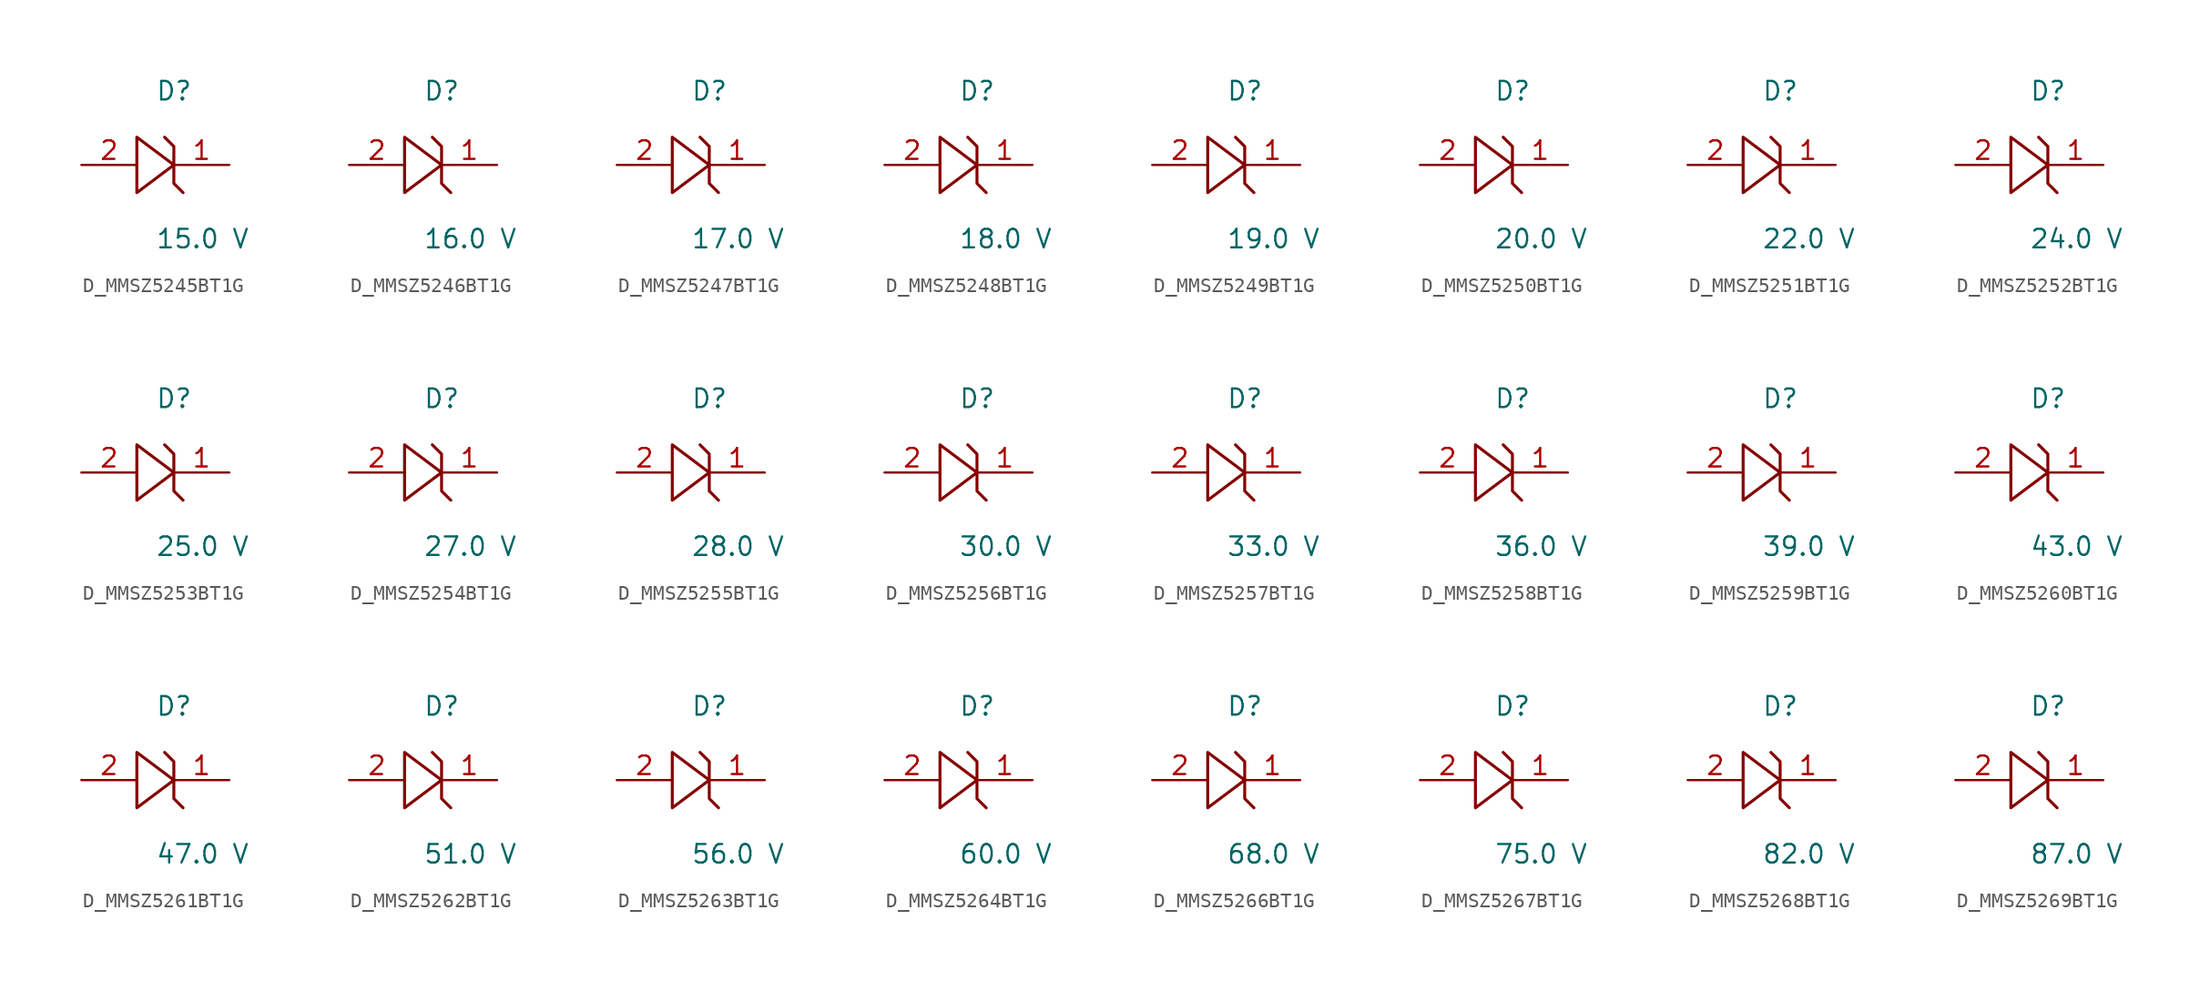
<source format=kicad_sym>
(kicad_symbol_lib
  (version 20231120)
  (generator kicad_symbol_editor)
  (generator_version 8.0)
  (symbol "D_MMSZ5245BT1G"
    (pin_names
      (offset 0.254))
    (property "Reference" "D"
      (at 0 5.08 0)
      (effects (font (size 1.27 1.27)) (justify left)))
    (property "Value" "15.0 V"
      (at 0 -5.08 0)
      (effects (font (size 1.27 1.27)) (justify left)))
    (symbol "D_MMSZ5245BT1G_1_0"
      (polyline (pts (xy 0.635 1.905) (xy 1.27 1.27) (xy 1.27 0) (xy -1.27 1.905) (xy -1.27 -1.905) (xy 1.27 0) (xy 1.27 -1.27) (xy 1.905 -1.905)) (stroke (width 0.203) (type default)) (fill (type none)))
      (pin unspecified line (at 5.08 0 180) (length 3.81) (name "" (effects (font (size 1.27 1.27)))) (number "1" (effects (font (size 1.27 1.27)))))
      (pin unspecified line (at -5.08 0 0) (length 3.81) (name "" (effects (font (size 1.27 1.27)))) (number "2" (effects (font (size 1.27 1.27)))))))
  (symbol "D_MMSZ5246BT1G"
    (pin_names
      (offset 0.254))
    (property "Reference" "D"
      (at 0 5.08 0)
      (effects (font (size 1.27 1.27)) (justify left)))
    (property "Value" "16.0 V"
      (at 0 -5.08 0)
      (effects (font (size 1.27 1.27)) (justify left)))
    (symbol "D_MMSZ5246BT1G_1_0"
      (polyline (pts (xy 0.635 1.905) (xy 1.27 1.27) (xy 1.27 0) (xy -1.27 1.905) (xy -1.27 -1.905) (xy 1.27 0) (xy 1.27 -1.27) (xy 1.905 -1.905)) (stroke (width 0.203) (type default)) (fill (type none)))
      (pin unspecified line (at 5.08 0 180) (length 3.81) (name "" (effects (font (size 1.27 1.27)))) (number "1" (effects (font (size 1.27 1.27)))))
      (pin unspecified line (at -5.08 0 0) (length 3.81) (name "" (effects (font (size 1.27 1.27)))) (number "2" (effects (font (size 1.27 1.27)))))))
  (symbol "D_MMSZ5247BT1G"
    (pin_names
      (offset 0.254))
    (property "Reference" "D"
      (at 0 5.08 0)
      (effects (font (size 1.27 1.27)) (justify left)))
    (property "Value" "17.0 V"
      (at 0 -5.08 0)
      (effects (font (size 1.27 1.27)) (justify left)))
    (symbol "D_MMSZ5247BT1G_1_0"
      (polyline (pts (xy 0.635 1.905) (xy 1.27 1.27) (xy 1.27 0) (xy -1.27 1.905) (xy -1.27 -1.905) (xy 1.27 0) (xy 1.27 -1.27) (xy 1.905 -1.905)) (stroke (width 0.203) (type default)) (fill (type none)))
      (pin unspecified line (at 5.08 0 180) (length 3.81) (name "" (effects (font (size 1.27 1.27)))) (number "1" (effects (font (size 1.27 1.27)))))
      (pin unspecified line (at -5.08 0 0) (length 3.81) (name "" (effects (font (size 1.27 1.27)))) (number "2" (effects (font (size 1.27 1.27)))))))
  (symbol "D_MMSZ5248BT1G"
    (pin_names
      (offset 0.254))
    (property "Reference" "D"
      (at 0 5.08 0)
      (effects (font (size 1.27 1.27)) (justify left)))
    (property "Value" "18.0 V"
      (at 0 -5.08 0)
      (effects (font (size 1.27 1.27)) (justify left)))
    (symbol "D_MMSZ5248BT1G_1_0"
      (polyline (pts (xy 0.635 1.905) (xy 1.27 1.27) (xy 1.27 0) (xy -1.27 1.905) (xy -1.27 -1.905) (xy 1.27 0) (xy 1.27 -1.27) (xy 1.905 -1.905)) (stroke (width 0.203) (type default)) (fill (type none)))
      (pin unspecified line (at 5.08 0 180) (length 3.81) (name "" (effects (font (size 1.27 1.27)))) (number "1" (effects (font (size 1.27 1.27)))))
      (pin unspecified line (at -5.08 0 0) (length 3.81) (name "" (effects (font (size 1.27 1.27)))) (number "2" (effects (font (size 1.27 1.27)))))))
  (symbol "D_MMSZ5249BT1G"
    (pin_names
      (offset 0.254))
    (property "Reference" "D"
      (at 0 5.08 0)
      (effects (font (size 1.27 1.27)) (justify left)))
    (property "Value" "19.0 V"
      (at 0 -5.08 0)
      (effects (font (size 1.27 1.27)) (justify left)))
    (symbol "D_MMSZ5249BT1G_1_0"
      (polyline (pts (xy 0.635 1.905) (xy 1.27 1.27) (xy 1.27 0) (xy -1.27 1.905) (xy -1.27 -1.905) (xy 1.27 0) (xy 1.27 -1.27) (xy 1.905 -1.905)) (stroke (width 0.203) (type default)) (fill (type none)))
      (pin unspecified line (at 5.08 0 180) (length 3.81) (name "" (effects (font (size 1.27 1.27)))) (number "1" (effects (font (size 1.27 1.27)))))
      (pin unspecified line (at -5.08 0 0) (length 3.81) (name "" (effects (font (size 1.27 1.27)))) (number "2" (effects (font (size 1.27 1.27)))))))
  (symbol "D_MMSZ5250BT1G"
    (pin_names
      (offset 0.254))
    (property "Reference" "D"
      (at 0 5.08 0)
      (effects (font (size 1.27 1.27)) (justify left)))
    (property "Value" "20.0 V"
      (at 0 -5.08 0)
      (effects (font (size 1.27 1.27)) (justify left)))
    (symbol "D_MMSZ5250BT1G_1_0"
      (polyline (pts (xy 0.635 1.905) (xy 1.27 1.27) (xy 1.27 0) (xy -1.27 1.905) (xy -1.27 -1.905) (xy 1.27 0) (xy 1.27 -1.27) (xy 1.905 -1.905)) (stroke (width 0.203) (type default)) (fill (type none)))
      (pin unspecified line (at 5.08 0 180) (length 3.81) (name "" (effects (font (size 1.27 1.27)))) (number "1" (effects (font (size 1.27 1.27)))))
      (pin unspecified line (at -5.08 0 0) (length 3.81) (name "" (effects (font (size 1.27 1.27)))) (number "2" (effects (font (size 1.27 1.27)))))))
  (symbol "D_MMSZ5251BT1G"
    (pin_names
      (offset 0.254))
    (property "Reference" "D"
      (at 0 5.08 0)
      (effects (font (size 1.27 1.27)) (justify left)))
    (property "Value" "22.0 V"
      (at 0 -5.08 0)
      (effects (font (size 1.27 1.27)) (justify left)))
    (symbol "D_MMSZ5251BT1G_1_0"
      (polyline (pts (xy 0.635 1.905) (xy 1.27 1.27) (xy 1.27 0) (xy -1.27 1.905) (xy -1.27 -1.905) (xy 1.27 0) (xy 1.27 -1.27) (xy 1.905 -1.905)) (stroke (width 0.203) (type default)) (fill (type none)))
      (pin unspecified line (at 5.08 0 180) (length 3.81) (name "" (effects (font (size 1.27 1.27)))) (number "1" (effects (font (size 1.27 1.27)))))
      (pin unspecified line (at -5.08 0 0) (length 3.81) (name "" (effects (font (size 1.27 1.27)))) (number "2" (effects (font (size 1.27 1.27)))))))
  (symbol "D_MMSZ5252BT1G"
    (pin_names
      (offset 0.254))
    (property "Reference" "D"
      (at 0 5.08 0)
      (effects (font (size 1.27 1.27)) (justify left)))
    (property "Value" "24.0 V"
      (at 0 -5.08 0)
      (effects (font (size 1.27 1.27)) (justify left)))
    (symbol "D_MMSZ5252BT1G_1_0"
      (polyline (pts (xy 0.635 1.905) (xy 1.27 1.27) (xy 1.27 0) (xy -1.27 1.905) (xy -1.27 -1.905) (xy 1.27 0) (xy 1.27 -1.27) (xy 1.905 -1.905)) (stroke (width 0.203) (type default)) (fill (type none)))
      (pin unspecified line (at 5.08 0 180) (length 3.81) (name "" (effects (font (size 1.27 1.27)))) (number "1" (effects (font (size 1.27 1.27)))))
      (pin unspecified line (at -5.08 0 0) (length 3.81) (name "" (effects (font (size 1.27 1.27)))) (number "2" (effects (font (size 1.27 1.27)))))))
  (symbol "D_MMSZ5253BT1G"
    (pin_names
      (offset 0.254))
    (property "Reference" "D"
      (at 0 5.08 0)
      (effects (font (size 1.27 1.27)) (justify left)))
    (property "Value" "25.0 V"
      (at 0 -5.08 0)
      (effects (font (size 1.27 1.27)) (justify left)))
    (symbol "D_MMSZ5253BT1G_1_0"
      (polyline (pts (xy 0.635 1.905) (xy 1.27 1.27) (xy 1.27 0) (xy -1.27 1.905) (xy -1.27 -1.905) (xy 1.27 0) (xy 1.27 -1.27) (xy 1.905 -1.905)) (stroke (width 0.203) (type default)) (fill (type none)))
      (pin unspecified line (at 5.08 0 180) (length 3.81) (name "" (effects (font (size 1.27 1.27)))) (number "1" (effects (font (size 1.27 1.27)))))
      (pin unspecified line (at -5.08 0 0) (length 3.81) (name "" (effects (font (size 1.27 1.27)))) (number "2" (effects (font (size 1.27 1.27)))))))
  (symbol "D_MMSZ5254BT1G"
    (pin_names
      (offset 0.254))
    (property "Reference" "D"
      (at 0 5.08 0)
      (effects (font (size 1.27 1.27)) (justify left)))
    (property "Value" "27.0 V"
      (at 0 -5.08 0)
      (effects (font (size 1.27 1.27)) (justify left)))
    (symbol "D_MMSZ5254BT1G_1_0"
      (polyline (pts (xy 0.635 1.905) (xy 1.27 1.27) (xy 1.27 0) (xy -1.27 1.905) (xy -1.27 -1.905) (xy 1.27 0) (xy 1.27 -1.27) (xy 1.905 -1.905)) (stroke (width 0.203) (type default)) (fill (type none)))
      (pin unspecified line (at 5.08 0 180) (length 3.81) (name "" (effects (font (size 1.27 1.27)))) (number "1" (effects (font (size 1.27 1.27)))))
      (pin unspecified line (at -5.08 0 0) (length 3.81) (name "" (effects (font (size 1.27 1.27)))) (number "2" (effects (font (size 1.27 1.27)))))))
  (symbol "D_MMSZ5255BT1G"
    (pin_names
      (offset 0.254))
    (property "Reference" "D"
      (at 0 5.08 0)
      (effects (font (size 1.27 1.27)) (justify left)))
    (property "Value" "28.0 V"
      (at 0 -5.08 0)
      (effects (font (size 1.27 1.27)) (justify left)))
    (symbol "D_MMSZ5255BT1G_1_0"
      (polyline (pts (xy 0.635 1.905) (xy 1.27 1.27) (xy 1.27 0) (xy -1.27 1.905) (xy -1.27 -1.905) (xy 1.27 0) (xy 1.27 -1.27) (xy 1.905 -1.905)) (stroke (width 0.203) (type default)) (fill (type none)))
      (pin unspecified line (at 5.08 0 180) (length 3.81) (name "" (effects (font (size 1.27 1.27)))) (number "1" (effects (font (size 1.27 1.27)))))
      (pin unspecified line (at -5.08 0 0) (length 3.81) (name "" (effects (font (size 1.27 1.27)))) (number "2" (effects (font (size 1.27 1.27)))))))
  (symbol "D_MMSZ5256BT1G"
    (pin_names
      (offset 0.254))
    (property "Reference" "D"
      (at 0 5.08 0)
      (effects (font (size 1.27 1.27)) (justify left)))
    (property "Value" "30.0 V"
      (at 0 -5.08 0)
      (effects (font (size 1.27 1.27)) (justify left)))
    (symbol "D_MMSZ5256BT1G_1_0"
      (polyline (pts (xy 0.635 1.905) (xy 1.27 1.27) (xy 1.27 0) (xy -1.27 1.905) (xy -1.27 -1.905) (xy 1.27 0) (xy 1.27 -1.27) (xy 1.905 -1.905)) (stroke (width 0.203) (type default)) (fill (type none)))
      (pin unspecified line (at 5.08 0 180) (length 3.81) (name "" (effects (font (size 1.27 1.27)))) (number "1" (effects (font (size 1.27 1.27)))))
      (pin unspecified line (at -5.08 0 0) (length 3.81) (name "" (effects (font (size 1.27 1.27)))) (number "2" (effects (font (size 1.27 1.27)))))))
  (symbol "D_MMSZ5257BT1G"
    (pin_names
      (offset 0.254))
    (property "Reference" "D"
      (at 0 5.08 0)
      (effects (font (size 1.27 1.27)) (justify left)))
    (property "Value" "33.0 V"
      (at 0 -5.08 0)
      (effects (font (size 1.27 1.27)) (justify left)))
    (symbol "D_MMSZ5257BT1G_1_0"
      (polyline (pts (xy 0.635 1.905) (xy 1.27 1.27) (xy 1.27 0) (xy -1.27 1.905) (xy -1.27 -1.905) (xy 1.27 0) (xy 1.27 -1.27) (xy 1.905 -1.905)) (stroke (width 0.203) (type default)) (fill (type none)))
      (pin unspecified line (at 5.08 0 180) (length 3.81) (name "" (effects (font (size 1.27 1.27)))) (number "1" (effects (font (size 1.27 1.27)))))
      (pin unspecified line (at -5.08 0 0) (length 3.81) (name "" (effects (font (size 1.27 1.27)))) (number "2" (effects (font (size 1.27 1.27)))))))
  (symbol "D_MMSZ5258BT1G"
    (pin_names
      (offset 0.254))
    (property "Reference" "D"
      (at 0 5.08 0)
      (effects (font (size 1.27 1.27)) (justify left)))
    (property "Value" "36.0 V"
      (at 0 -5.08 0)
      (effects (font (size 1.27 1.27)) (justify left)))
    (symbol "D_MMSZ5258BT1G_1_0"
      (polyline (pts (xy 0.635 1.905) (xy 1.27 1.27) (xy 1.27 0) (xy -1.27 1.905) (xy -1.27 -1.905) (xy 1.27 0) (xy 1.27 -1.27) (xy 1.905 -1.905)) (stroke (width 0.203) (type default)) (fill (type none)))
      (pin unspecified line (at 5.08 0 180) (length 3.81) (name "" (effects (font (size 1.27 1.27)))) (number "1" (effects (font (size 1.27 1.27)))))
      (pin unspecified line (at -5.08 0 0) (length 3.81) (name "" (effects (font (size 1.27 1.27)))) (number "2" (effects (font (size 1.27 1.27)))))))
  (symbol "D_MMSZ5259BT1G"
    (pin_names
      (offset 0.254))
    (property "Reference" "D"
      (at 0 5.08 0)
      (effects (font (size 1.27 1.27)) (justify left)))
    (property "Value" "39.0 V"
      (at 0 -5.08 0)
      (effects (font (size 1.27 1.27)) (justify left)))
    (symbol "D_MMSZ5259BT1G_1_0"
      (polyline (pts (xy 0.635 1.905) (xy 1.27 1.27) (xy 1.27 0) (xy -1.27 1.905) (xy -1.27 -1.905) (xy 1.27 0) (xy 1.27 -1.27) (xy 1.905 -1.905)) (stroke (width 0.203) (type default)) (fill (type none)))
      (pin unspecified line (at 5.08 0 180) (length 3.81) (name "" (effects (font (size 1.27 1.27)))) (number "1" (effects (font (size 1.27 1.27)))))
      (pin unspecified line (at -5.08 0 0) (length 3.81) (name "" (effects (font (size 1.27 1.27)))) (number "2" (effects (font (size 1.27 1.27)))))))
  (symbol "D_MMSZ5260BT1G"
    (pin_names
      (offset 0.254))
    (property "Reference" "D"
      (at 0 5.08 0)
      (effects (font (size 1.27 1.27)) (justify left)))
    (property "Value" "43.0 V"
      (at 0 -5.08 0)
      (effects (font (size 1.27 1.27)) (justify left)))
    (symbol "D_MMSZ5260BT1G_1_0"
      (polyline (pts (xy 0.635 1.905) (xy 1.27 1.27) (xy 1.27 0) (xy -1.27 1.905) (xy -1.27 -1.905) (xy 1.27 0) (xy 1.27 -1.27) (xy 1.905 -1.905)) (stroke (width 0.203) (type default)) (fill (type none)))
      (pin unspecified line (at 5.08 0 180) (length 3.81) (name "" (effects (font (size 1.27 1.27)))) (number "1" (effects (font (size 1.27 1.27)))))
      (pin unspecified line (at -5.08 0 0) (length 3.81) (name "" (effects (font (size 1.27 1.27)))) (number "2" (effects (font (size 1.27 1.27)))))))
  (symbol "D_MMSZ5261BT1G"
    (pin_names
      (offset 0.254))
    (property "Reference" "D"
      (at 0 5.08 0)
      (effects (font (size 1.27 1.27)) (justify left)))
    (property "Value" "47.0 V"
      (at 0 -5.08 0)
      (effects (font (size 1.27 1.27)) (justify left)))
    (symbol "D_MMSZ5261BT1G_1_0"
      (polyline (pts (xy 0.635 1.905) (xy 1.27 1.27) (xy 1.27 0) (xy -1.27 1.905) (xy -1.27 -1.905) (xy 1.27 0) (xy 1.27 -1.27) (xy 1.905 -1.905)) (stroke (width 0.203) (type default)) (fill (type none)))
      (pin unspecified line (at 5.08 0 180) (length 3.81) (name "" (effects (font (size 1.27 1.27)))) (number "1" (effects (font (size 1.27 1.27)))))
      (pin unspecified line (at -5.08 0 0) (length 3.81) (name "" (effects (font (size 1.27 1.27)))) (number "2" (effects (font (size 1.27 1.27)))))))
  (symbol "D_MMSZ5262BT1G"
    (pin_names
      (offset 0.254))
    (property "Reference" "D"
      (at 0 5.08 0)
      (effects (font (size 1.27 1.27)) (justify left)))
    (property "Value" "51.0 V"
      (at 0 -5.08 0)
      (effects (font (size 1.27 1.27)) (justify left)))
    (symbol "D_MMSZ5262BT1G_1_0"
      (polyline (pts (xy 0.635 1.905) (xy 1.27 1.27) (xy 1.27 0) (xy -1.27 1.905) (xy -1.27 -1.905) (xy 1.27 0) (xy 1.27 -1.27) (xy 1.905 -1.905)) (stroke (width 0.203) (type default)) (fill (type none)))
      (pin unspecified line (at 5.08 0 180) (length 3.81) (name "" (effects (font (size 1.27 1.27)))) (number "1" (effects (font (size 1.27 1.27)))))
      (pin unspecified line (at -5.08 0 0) (length 3.81) (name "" (effects (font (size 1.27 1.27)))) (number "2" (effects (font (size 1.27 1.27)))))))
  (symbol "D_MMSZ5263BT1G"
    (pin_names
      (offset 0.254))
    (property "Reference" "D"
      (at 0 5.08 0)
      (effects (font (size 1.27 1.27)) (justify left)))
    (property "Value" "56.0 V"
      (at 0 -5.08 0)
      (effects (font (size 1.27 1.27)) (justify left)))
    (symbol "D_MMSZ5263BT1G_1_0"
      (polyline (pts (xy 0.635 1.905) (xy 1.27 1.27) (xy 1.27 0) (xy -1.27 1.905) (xy -1.27 -1.905) (xy 1.27 0) (xy 1.27 -1.27) (xy 1.905 -1.905)) (stroke (width 0.203) (type default)) (fill (type none)))
      (pin unspecified line (at 5.08 0 180) (length 3.81) (name "" (effects (font (size 1.27 1.27)))) (number "1" (effects (font (size 1.27 1.27)))))
      (pin unspecified line (at -5.08 0 0) (length 3.81) (name "" (effects (font (size 1.27 1.27)))) (number "2" (effects (font (size 1.27 1.27)))))))
  (symbol "D_MMSZ5264BT1G"
    (pin_names
      (offset 0.254))
    (property "Reference" "D"
      (at 0 5.08 0)
      (effects (font (size 1.27 1.27)) (justify left)))
    (property "Value" "60.0 V"
      (at 0 -5.08 0)
      (effects (font (size 1.27 1.27)) (justify left)))
    (symbol "D_MMSZ5264BT1G_1_0"
      (polyline (pts (xy 0.635 1.905) (xy 1.27 1.27) (xy 1.27 0) (xy -1.27 1.905) (xy -1.27 -1.905) (xy 1.27 0) (xy 1.27 -1.27) (xy 1.905 -1.905)) (stroke (width 0.203) (type default)) (fill (type none)))
      (pin unspecified line (at 5.08 0 180) (length 3.81) (name "" (effects (font (size 1.27 1.27)))) (number "1" (effects (font (size 1.27 1.27)))))
      (pin unspecified line (at -5.08 0 0) (length 3.81) (name "" (effects (font (size 1.27 1.27)))) (number "2" (effects (font (size 1.27 1.27)))))))
  (symbol "D_MMSZ5266BT1G"
    (pin_names
      (offset 0.254))
    (property "Reference" "D"
      (at 0 5.08 0)
      (effects (font (size 1.27 1.27)) (justify left)))
    (property "Value" "68.0 V"
      (at 0 -5.08 0)
      (effects (font (size 1.27 1.27)) (justify left)))
    (symbol "D_MMSZ5266BT1G_1_0"
      (polyline (pts (xy 0.635 1.905) (xy 1.27 1.27) (xy 1.27 0) (xy -1.27 1.905) (xy -1.27 -1.905) (xy 1.27 0) (xy 1.27 -1.27) (xy 1.905 -1.905)) (stroke (width 0.203) (type default)) (fill (type none)))
      (pin unspecified line (at 5.08 0 180) (length 3.81) (name "" (effects (font (size 1.27 1.27)))) (number "1" (effects (font (size 1.27 1.27)))))
      (pin unspecified line (at -5.08 0 0) (length 3.81) (name "" (effects (font (size 1.27 1.27)))) (number "2" (effects (font (size 1.27 1.27)))))))
  (symbol "D_MMSZ5267BT1G"
    (pin_names
      (offset 0.254))
    (property "Reference" "D"
      (at 0 5.08 0)
      (effects (font (size 1.27 1.27)) (justify left)))
    (property "Value" "75.0 V"
      (at 0 -5.08 0)
      (effects (font (size 1.27 1.27)) (justify left)))
    (symbol "D_MMSZ5267BT1G_1_0"
      (polyline (pts (xy 0.635 1.905) (xy 1.27 1.27) (xy 1.27 0) (xy -1.27 1.905) (xy -1.27 -1.905) (xy 1.27 0) (xy 1.27 -1.27) (xy 1.905 -1.905)) (stroke (width 0.203) (type default)) (fill (type none)))
      (pin unspecified line (at 5.08 0 180) (length 3.81) (name "" (effects (font (size 1.27 1.27)))) (number "1" (effects (font (size 1.27 1.27)))))
      (pin unspecified line (at -5.08 0 0) (length 3.81) (name "" (effects (font (size 1.27 1.27)))) (number "2" (effects (font (size 1.27 1.27)))))))
  (symbol "D_MMSZ5268BT1G"
    (pin_names
      (offset 0.254))
    (property "Reference" "D"
      (at 0 5.08 0)
      (effects (font (size 1.27 1.27)) (justify left)))
    (property "Value" "82.0 V"
      (at 0 -5.08 0)
      (effects (font (size 1.27 1.27)) (justify left)))
    (symbol "D_MMSZ5268BT1G_1_0"
      (polyline (pts (xy 0.635 1.905) (xy 1.27 1.27) (xy 1.27 0) (xy -1.27 1.905) (xy -1.27 -1.905) (xy 1.27 0) (xy 1.27 -1.27) (xy 1.905 -1.905)) (stroke (width 0.203) (type default)) (fill (type none)))
      (pin unspecified line (at 5.08 0 180) (length 3.81) (name "" (effects (font (size 1.27 1.27)))) (number "1" (effects (font (size 1.27 1.27)))))
      (pin unspecified line (at -5.08 0 0) (length 3.81) (name "" (effects (font (size 1.27 1.27)))) (number "2" (effects (font (size 1.27 1.27)))))))
  (symbol "D_MMSZ5269BT1G"
    (pin_names
      (offset 0.254))
    (property "Reference" "D"
      (at 0 5.08 0)
      (effects (font (size 1.27 1.27)) (justify left)))
    (property "Value" "87.0 V"
      (at 0 -5.08 0)
      (effects (font (size 1.27 1.27)) (justify left)))
    (symbol "D_MMSZ5269BT1G_1_0"
      (polyline (pts (xy 0.635 1.905) (xy 1.27 1.27) (xy 1.27 0) (xy -1.27 1.905) (xy -1.27 -1.905) (xy 1.27 0) (xy 1.27 -1.27) (xy 1.905 -1.905)) (stroke (width 0.203) (type default)) (fill (type none)))
      (pin unspecified line (at 5.08 0 180) (length 3.81) (name "" (effects (font (size 1.27 1.27)))) (number "1" (effects (font (size 1.27 1.27)))))
      (pin unspecified line (at -5.08 0 0) (length 3.81) (name "" (effects (font (size 1.27 1.27)))) (number "2" (effects (font (size 1.27 1.27))))))))
</source>
